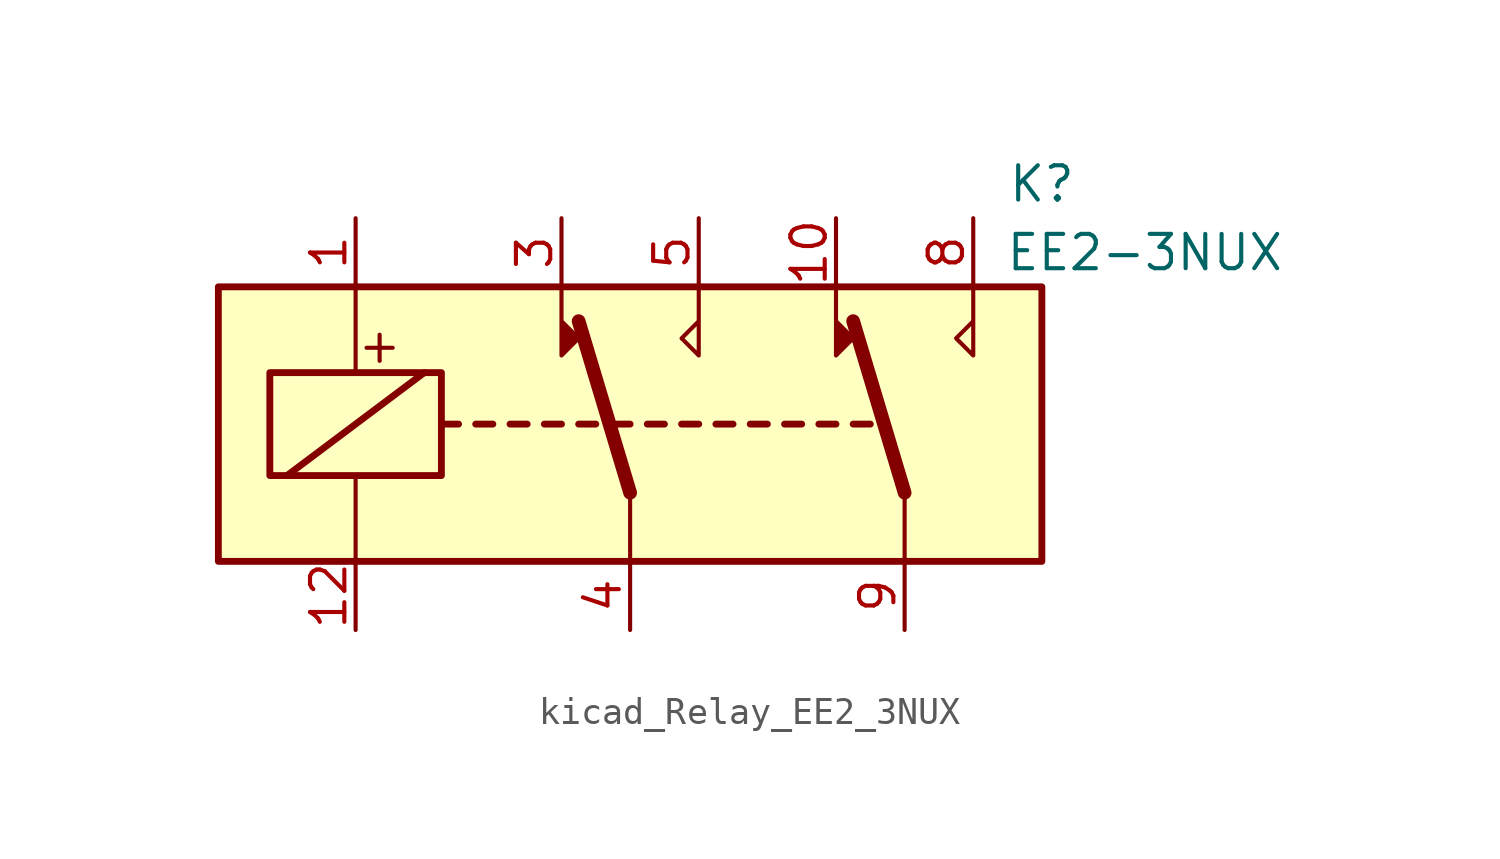
<source format=kicad_sym>
(kicad_symbol_lib
  (version 20220914)
  (generator kicad_symbol_editor)
  (symbol "kicad_Relay_EE2_3NUX"
    (property "Reference" "K"
      (at 15.24 8.89 0)
      (effects (font (size 1.27 1.27))))
    (property "Value" "EE2-3NUX"
      (at 19.05 6.35 0)
      (effects (font (size 1.27 1.27))))
    (symbol "kicad_Relay_EE2_3NUX_1_1"
      (rectangle (start -15.24 5.08) (end 15.24 -5.08) (stroke (width 0.254) (type default)) (fill (type background)))
      (rectangle (start -13.335 1.905) (end -6.985 -1.905) (stroke (width 0.254) (type default)) (fill (type none)))
      (polyline (pts (xy -12.7 -1.905) (xy -7.62 1.905)) (stroke (width 0.254) (type default)) (fill (type none)))
      (polyline (pts (xy -10.16 -5.08) (xy -10.16 -1.905)) (stroke (width 0) (type default)) (fill (type none)))
      (polyline (pts (xy -10.16 5.08) (xy -10.16 1.905)) (stroke (width 0) (type default)) (fill (type none)))
      (polyline (pts (xy -6.985 0) (xy -6.35 0)) (stroke (width 0.254) (type default)) (fill (type none)))
      (polyline (pts (xy -5.715 0) (xy -5.08 0)) (stroke (width 0.254) (type default)) (fill (type none)))
      (polyline (pts (xy -4.445 0) (xy -3.81 0)) (stroke (width 0.254) (type default)) (fill (type none)))
      (polyline (pts (xy -3.175 0) (xy -2.54 0)) (stroke (width 0.254) (type default)) (fill (type none)))
      (polyline (pts (xy -1.905 0) (xy -1.27 0)) (stroke (width 0.254) (type default)) (fill (type none)))
      (polyline (pts (xy -0.635 0) (xy 0 0)) (stroke (width 0.254) (type default)) (fill (type none)))
      (polyline (pts (xy 0 -2.54) (xy -1.905 3.81)) (stroke (width 0.508) (type default)) (fill (type none)))
      (polyline (pts (xy 0 -2.54) (xy 0 -5.08)) (stroke (width 0) (type default)) (fill (type none)))
      (polyline (pts (xy 0.635 0) (xy 1.27 0)) (stroke (width 0.254) (type default)) (fill (type none)))
      (polyline (pts (xy 1.905 0) (xy 2.54 0)) (stroke (width 0.254) (type default)) (fill (type none)))
      (polyline (pts (xy 3.175 0) (xy 3.81 0)) (stroke (width 0.254) (type default)) (fill (type none)))
      (polyline (pts (xy 4.445 0) (xy 5.08 0)) (stroke (width 0.254) (type default)) (fill (type none)))
      (polyline (pts (xy 5.715 0) (xy 6.35 0)) (stroke (width 0.254) (type default)) (fill (type none)))
      (polyline (pts (xy 6.985 0) (xy 7.62 0)) (stroke (width 0.254) (type default)) (fill (type none)))
      (polyline (pts (xy 8.255 0) (xy 8.89 0)) (stroke (width 0.254) (type default)) (fill (type none)))
      (polyline (pts (xy 10.16 -2.54) (xy 8.255 3.81)) (stroke (width 0.508) (type default)) (fill (type none)))
      (polyline (pts (xy 10.16 -2.54) (xy 10.16 -5.08)) (stroke (width 0) (type default)) (fill (type none)))
      (polyline (pts (xy -2.54 5.08) (xy -2.54 2.54) (xy -1.905 3.175) (xy -2.54 3.81)) (stroke (width 0) (type default)) (fill (type outline)))
      (polyline (pts (xy 2.54 5.08) (xy 2.54 2.54) (xy 1.905 3.175) (xy 2.54 3.81)) (stroke (width 0) (type default)) (fill (type none)))
      (polyline (pts (xy 7.62 5.08) (xy 7.62 2.54) (xy 8.255 3.175) (xy 7.62 3.81)) (stroke (width 0) (type default)) (fill (type outline)))
      (polyline (pts (xy 12.7 5.08) (xy 12.7 2.54) (xy 12.065 3.175) (xy 12.7 3.81)) (stroke (width 0) (type default)) (fill (type none)))
      (text "+" (at -9.271 2.921 0) (effects (font (size 1.27 1.27))))
      (pin passive line (at -10.16 7.62 270) (length 2.54) (name "~" (effects (font (size 1.27 1.27)))) (number "1" (effects (font (size 1.27 1.27)))))
      (pin passive line (at 7.62 7.62 270) (length 2.54) (name "~" (effects (font (size 1.27 1.27)))) (number "10" (effects (font (size 1.27 1.27)))))
      (pin passive line (at -10.16 -7.62 90) (length 2.54) (name "~" (effects (font (size 1.27 1.27)))) (number "12" (effects (font (size 1.27 1.27)))))
      (pin passive line (at -2.54 7.62 270) (length 2.54) (name "~" (effects (font (size 1.27 1.27)))) (number "3" (effects (font (size 1.27 1.27)))))
      (pin passive line (at 0 -7.62 90) (length 2.54) (name "~" (effects (font (size 1.27 1.27)))) (number "4" (effects (font (size 1.27 1.27)))))
      (pin passive line (at 2.54 7.62 270) (length 2.54) (name "~" (effects (font (size 1.27 1.27)))) (number "5" (effects (font (size 1.27 1.27)))))
      (pin passive line (at 12.7 7.62 270) (length 2.54) (name "~" (effects (font (size 1.27 1.27)))) (number "8" (effects (font (size 1.27 1.27)))))
      (pin passive line (at 10.16 -7.62 90) (length 2.54) (name "~" (effects (font (size 1.27 1.27)))) (number "9" (effects (font (size 1.27 1.27))))))))
</source>
